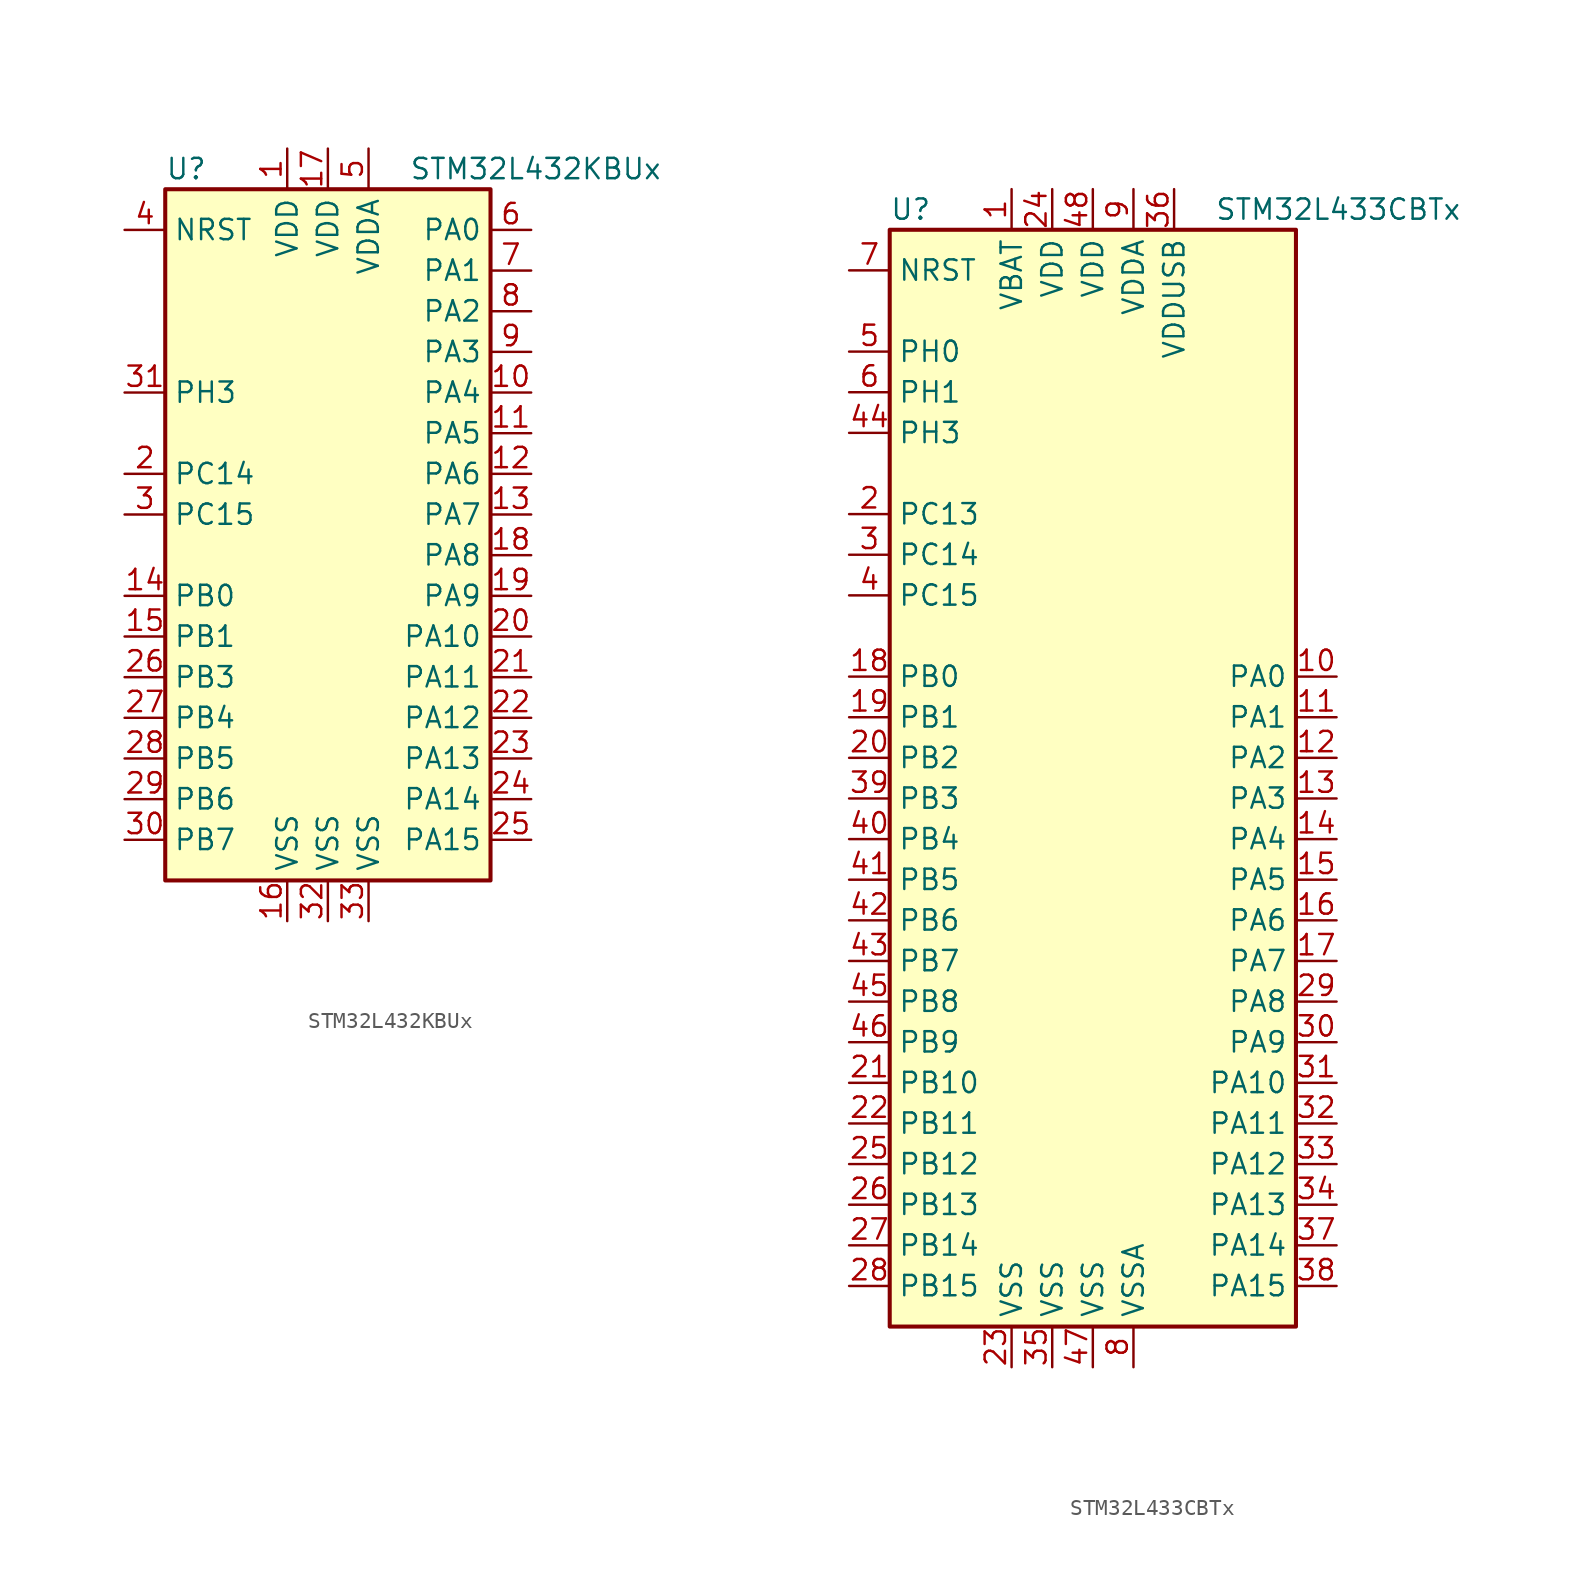
<source format=kicad_sym>
(kicad_symbol_lib
  (version 20201005)
  (generator kicad_symbol_editor)
  (symbol "STM32L432KBUx"
    (property "Reference" "U"
      (at -10.16 21.59 0)
      (effects (font (size 1.27 1.27)) (justify left)))
    (property "Value" "STM32L432KBUx"
      (at 5.08 21.59 0)
      (effects (font (size 1.27 1.27)) (justify left)))
    (symbol "STM32L432KBUx_0_1"
      (rectangle (start -10.16 -22.86) (end 10.16 20.32) (stroke (width 0.254)) (fill (type background))))
    (symbol "STM32L432KBUx_1_1"
      (pin power_in line (at -2.54 22.86 270) (length 2.54) (name "VDD" (effects (font (size 1.27 1.27)))) (number "1" (effects (font (size 1.27 1.27)))))
      (pin bidirectional line (at 12.7 7.62 180) (length 2.54) (name "PA4" (effects (font (size 1.27 1.27)))) (number "10" (effects (font (size 1.27 1.27)))))
      (pin bidirectional line (at 12.7 5.08 180) (length 2.54) (name "PA5" (effects (font (size 1.27 1.27)))) (number "11" (effects (font (size 1.27 1.27)))))
      (pin bidirectional line (at 12.7 2.54 180) (length 2.54) (name "PA6" (effects (font (size 1.27 1.27)))) (number "12" (effects (font (size 1.27 1.27)))))
      (pin bidirectional line (at 12.7 0 180) (length 2.54) (name "PA7" (effects (font (size 1.27 1.27)))) (number "13" (effects (font (size 1.27 1.27)))))
      (pin bidirectional line (at -12.7 -5.08 0) (length 2.54) (name "PB0" (effects (font (size 1.27 1.27)))) (number "14" (effects (font (size 1.27 1.27)))))
      (pin bidirectional line (at -12.7 -7.62 0) (length 2.54) (name "PB1" (effects (font (size 1.27 1.27)))) (number "15" (effects (font (size 1.27 1.27)))))
      (pin power_in line (at -2.54 -25.4 90) (length 2.54) (name "VSS" (effects (font (size 1.27 1.27)))) (number "16" (effects (font (size 1.27 1.27)))))
      (pin power_in line (at 0 22.86 270) (length 2.54) (name "VDD" (effects (font (size 1.27 1.27)))) (number "17" (effects (font (size 1.27 1.27)))))
      (pin bidirectional line (at 12.7 -2.54 180) (length 2.54) (name "PA8" (effects (font (size 1.27 1.27)))) (number "18" (effects (font (size 1.27 1.27)))))
      (pin bidirectional line (at 12.7 -5.08 180) (length 2.54) (name "PA9" (effects (font (size 1.27 1.27)))) (number "19" (effects (font (size 1.27 1.27)))))
      (pin bidirectional line (at -12.7 2.54 0) (length 2.54) (name "PC14" (effects (font (size 1.27 1.27)))) (number "2" (effects (font (size 1.27 1.27)))))
      (pin bidirectional line (at 12.7 -7.62 180) (length 2.54) (name "PA10" (effects (font (size 1.27 1.27)))) (number "20" (effects (font (size 1.27 1.27)))))
      (pin bidirectional line (at 12.7 -10.16 180) (length 2.54) (name "PA11" (effects (font (size 1.27 1.27)))) (number "21" (effects (font (size 1.27 1.27)))))
      (pin bidirectional line (at 12.7 -12.7 180) (length 2.54) (name "PA12" (effects (font (size 1.27 1.27)))) (number "22" (effects (font (size 1.27 1.27)))))
      (pin bidirectional line (at 12.7 -15.24 180) (length 2.54) (name "PA13" (effects (font (size 1.27 1.27)))) (number "23" (effects (font (size 1.27 1.27)))))
      (pin bidirectional line (at 12.7 -17.78 180) (length 2.54) (name "PA14" (effects (font (size 1.27 1.27)))) (number "24" (effects (font (size 1.27 1.27)))))
      (pin bidirectional line (at 12.7 -20.32 180) (length 2.54) (name "PA15" (effects (font (size 1.27 1.27)))) (number "25" (effects (font (size 1.27 1.27)))))
      (pin bidirectional line (at -12.7 -10.16 0) (length 2.54) (name "PB3" (effects (font (size 1.27 1.27)))) (number "26" (effects (font (size 1.27 1.27)))))
      (pin bidirectional line (at -12.7 -12.7 0) (length 2.54) (name "PB4" (effects (font (size 1.27 1.27)))) (number "27" (effects (font (size 1.27 1.27)))))
      (pin bidirectional line (at -12.7 -15.24 0) (length 2.54) (name "PB5" (effects (font (size 1.27 1.27)))) (number "28" (effects (font (size 1.27 1.27)))))
      (pin bidirectional line (at -12.7 -17.78 0) (length 2.54) (name "PB6" (effects (font (size 1.27 1.27)))) (number "29" (effects (font (size 1.27 1.27)))))
      (pin bidirectional line (at -12.7 0 0) (length 2.54) (name "PC15" (effects (font (size 1.27 1.27)))) (number "3" (effects (font (size 1.27 1.27)))))
      (pin bidirectional line (at -12.7 -20.32 0) (length 2.54) (name "PB7" (effects (font (size 1.27 1.27)))) (number "30" (effects (font (size 1.27 1.27)))))
      (pin bidirectional line (at -12.7 7.62 0) (length 2.54) (name "PH3" (effects (font (size 1.27 1.27)))) (number "31" (effects (font (size 1.27 1.27)))))
      (pin power_in line (at 0 -25.4 90) (length 2.54) (name "VSS" (effects (font (size 1.27 1.27)))) (number "32" (effects (font (size 1.27 1.27)))))
      (pin power_in line (at 2.54 -25.4 90) (length 2.54) (name "VSS" (effects (font (size 1.27 1.27)))) (number "33" (effects (font (size 1.27 1.27)))))
      (pin input line (at -12.7 17.78 0) (length 2.54) (name "NRST" (effects (font (size 1.27 1.27)))) (number "4" (effects (font (size 1.27 1.27)))))
      (pin power_in line (at 2.54 22.86 270) (length 2.54) (name "VDDA" (effects (font (size 1.27 1.27)))) (number "5" (effects (font (size 1.27 1.27)))))
      (pin bidirectional line (at 12.7 17.78 180) (length 2.54) (name "PA0" (effects (font (size 1.27 1.27)))) (number "6" (effects (font (size 1.27 1.27)))))
      (pin bidirectional line (at 12.7 15.24 180) (length 2.54) (name "PA1" (effects (font (size 1.27 1.27)))) (number "7" (effects (font (size 1.27 1.27)))))
      (pin bidirectional line (at 12.7 12.7 180) (length 2.54) (name "PA2" (effects (font (size 1.27 1.27)))) (number "8" (effects (font (size 1.27 1.27)))))
      (pin bidirectional line (at 12.7 10.16 180) (length 2.54) (name "PA3" (effects (font (size 1.27 1.27)))) (number "9" (effects (font (size 1.27 1.27)))))))
  (symbol "STM32L433CBTx"
    (property "Reference" "U"
      (at -12.7 34.29 0)
      (effects (font (size 1.27 1.27)) (justify left)))
    (property "Value" "STM32L433CBTx"
      (at 7.62 34.29 0)
      (effects (font (size 1.27 1.27)) (justify left)))
    (symbol "STM32L433CBTx_0_1"
      (rectangle (start -12.7 -35.56) (end 12.7 33.02) (stroke (width 0.254)) (fill (type background))))
    (symbol "STM32L433CBTx_1_1"
      (pin power_in line (at -5.08 35.56 270) (length 2.54) (name "VBAT" (effects (font (size 1.27 1.27)))) (number "1" (effects (font (size 1.27 1.27)))))
      (pin bidirectional line (at 15.24 5.08 180) (length 2.54) (name "PA0" (effects (font (size 1.27 1.27)))) (number "10" (effects (font (size 1.27 1.27)))))
      (pin bidirectional line (at 15.24 2.54 180) (length 2.54) (name "PA1" (effects (font (size 1.27 1.27)))) (number "11" (effects (font (size 1.27 1.27)))))
      (pin bidirectional line (at 15.24 0 180) (length 2.54) (name "PA2" (effects (font (size 1.27 1.27)))) (number "12" (effects (font (size 1.27 1.27)))))
      (pin bidirectional line (at 15.24 -2.54 180) (length 2.54) (name "PA3" (effects (font (size 1.27 1.27)))) (number "13" (effects (font (size 1.27 1.27)))))
      (pin bidirectional line (at 15.24 -5.08 180) (length 2.54) (name "PA4" (effects (font (size 1.27 1.27)))) (number "14" (effects (font (size 1.27 1.27)))))
      (pin bidirectional line (at 15.24 -7.62 180) (length 2.54) (name "PA5" (effects (font (size 1.27 1.27)))) (number "15" (effects (font (size 1.27 1.27)))))
      (pin bidirectional line (at 15.24 -10.16 180) (length 2.54) (name "PA6" (effects (font (size 1.27 1.27)))) (number "16" (effects (font (size 1.27 1.27)))))
      (pin bidirectional line (at 15.24 -12.7 180) (length 2.54) (name "PA7" (effects (font (size 1.27 1.27)))) (number "17" (effects (font (size 1.27 1.27)))))
      (pin bidirectional line (at -15.24 5.08 0) (length 2.54) (name "PB0" (effects (font (size 1.27 1.27)))) (number "18" (effects (font (size 1.27 1.27)))))
      (pin bidirectional line (at -15.24 2.54 0) (length 2.54) (name "PB1" (effects (font (size 1.27 1.27)))) (number "19" (effects (font (size 1.27 1.27)))))
      (pin bidirectional line (at -15.24 15.24 0) (length 2.54) (name "PC13" (effects (font (size 1.27 1.27)))) (number "2" (effects (font (size 1.27 1.27)))))
      (pin bidirectional line (at -15.24 0 0) (length 2.54) (name "PB2" (effects (font (size 1.27 1.27)))) (number "20" (effects (font (size 1.27 1.27)))))
      (pin bidirectional line (at -15.24 -20.32 0) (length 2.54) (name "PB10" (effects (font (size 1.27 1.27)))) (number "21" (effects (font (size 1.27 1.27)))))
      (pin bidirectional line (at -15.24 -22.86 0) (length 2.54) (name "PB11" (effects (font (size 1.27 1.27)))) (number "22" (effects (font (size 1.27 1.27)))))
      (pin power_in line (at -5.08 -38.1 90) (length 2.54) (name "VSS" (effects (font (size 1.27 1.27)))) (number "23" (effects (font (size 1.27 1.27)))))
      (pin power_in line (at -2.54 35.56 270) (length 2.54) (name "VDD" (effects (font (size 1.27 1.27)))) (number "24" (effects (font (size 1.27 1.27)))))
      (pin bidirectional line (at -15.24 -25.4 0) (length 2.54) (name "PB12" (effects (font (size 1.27 1.27)))) (number "25" (effects (font (size 1.27 1.27)))))
      (pin bidirectional line (at -15.24 -27.94 0) (length 2.54) (name "PB13" (effects (font (size 1.27 1.27)))) (number "26" (effects (font (size 1.27 1.27)))))
      (pin bidirectional line (at -15.24 -30.48 0) (length 2.54) (name "PB14" (effects (font (size 1.27 1.27)))) (number "27" (effects (font (size 1.27 1.27)))))
      (pin bidirectional line (at -15.24 -33.02 0) (length 2.54) (name "PB15" (effects (font (size 1.27 1.27)))) (number "28" (effects (font (size 1.27 1.27)))))
      (pin bidirectional line (at 15.24 -15.24 180) (length 2.54) (name "PA8" (effects (font (size 1.27 1.27)))) (number "29" (effects (font (size 1.27 1.27)))))
      (pin bidirectional line (at -15.24 12.7 0) (length 2.54) (name "PC14" (effects (font (size 1.27 1.27)))) (number "3" (effects (font (size 1.27 1.27)))))
      (pin bidirectional line (at 15.24 -17.78 180) (length 2.54) (name "PA9" (effects (font (size 1.27 1.27)))) (number "30" (effects (font (size 1.27 1.27)))))
      (pin bidirectional line (at 15.24 -20.32 180) (length 2.54) (name "PA10" (effects (font (size 1.27 1.27)))) (number "31" (effects (font (size 1.27 1.27)))))
      (pin bidirectional line (at 15.24 -22.86 180) (length 2.54) (name "PA11" (effects (font (size 1.27 1.27)))) (number "32" (effects (font (size 1.27 1.27)))))
      (pin bidirectional line (at 15.24 -25.4 180) (length 2.54) (name "PA12" (effects (font (size 1.27 1.27)))) (number "33" (effects (font (size 1.27 1.27)))))
      (pin bidirectional line (at 15.24 -27.94 180) (length 2.54) (name "PA13" (effects (font (size 1.27 1.27)))) (number "34" (effects (font (size 1.27 1.27)))))
      (pin power_in line (at -2.54 -38.1 90) (length 2.54) (name "VSS" (effects (font (size 1.27 1.27)))) (number "35" (effects (font (size 1.27 1.27)))))
      (pin power_in line (at 5.08 35.56 270) (length 2.54) (name "VDDUSB" (effects (font (size 1.27 1.27)))) (number "36" (effects (font (size 1.27 1.27)))))
      (pin bidirectional line (at 15.24 -30.48 180) (length 2.54) (name "PA14" (effects (font (size 1.27 1.27)))) (number "37" (effects (font (size 1.27 1.27)))))
      (pin bidirectional line (at 15.24 -33.02 180) (length 2.54) (name "PA15" (effects (font (size 1.27 1.27)))) (number "38" (effects (font (size 1.27 1.27)))))
      (pin bidirectional line (at -15.24 -2.54 0) (length 2.54) (name "PB3" (effects (font (size 1.27 1.27)))) (number "39" (effects (font (size 1.27 1.27)))))
      (pin bidirectional line (at -15.24 10.16 0) (length 2.54) (name "PC15" (effects (font (size 1.27 1.27)))) (number "4" (effects (font (size 1.27 1.27)))))
      (pin bidirectional line (at -15.24 -5.08 0) (length 2.54) (name "PB4" (effects (font (size 1.27 1.27)))) (number "40" (effects (font (size 1.27 1.27)))))
      (pin bidirectional line (at -15.24 -7.62 0) (length 2.54) (name "PB5" (effects (font (size 1.27 1.27)))) (number "41" (effects (font (size 1.27 1.27)))))
      (pin bidirectional line (at -15.24 -10.16 0) (length 2.54) (name "PB6" (effects (font (size 1.27 1.27)))) (number "42" (effects (font (size 1.27 1.27)))))
      (pin bidirectional line (at -15.24 -12.7 0) (length 2.54) (name "PB7" (effects (font (size 1.27 1.27)))) (number "43" (effects (font (size 1.27 1.27)))))
      (pin bidirectional line (at -15.24 20.32 0) (length 2.54) (name "PH3" (effects (font (size 1.27 1.27)))) (number "44" (effects (font (size 1.27 1.27)))))
      (pin bidirectional line (at -15.24 -15.24 0) (length 2.54) (name "PB8" (effects (font (size 1.27 1.27)))) (number "45" (effects (font (size 1.27 1.27)))))
      (pin bidirectional line (at -15.24 -17.78 0) (length 2.54) (name "PB9" (effects (font (size 1.27 1.27)))) (number "46" (effects (font (size 1.27 1.27)))))
      (pin power_in line (at 0 -38.1 90) (length 2.54) (name "VSS" (effects (font (size 1.27 1.27)))) (number "47" (effects (font (size 1.27 1.27)))))
      (pin power_in line (at 0 35.56 270) (length 2.54) (name "VDD" (effects (font (size 1.27 1.27)))) (number "48" (effects (font (size 1.27 1.27)))))
      (pin input line (at -15.24 25.4 0) (length 2.54) (name "PH0" (effects (font (size 1.27 1.27)))) (number "5" (effects (font (size 1.27 1.27)))))
      (pin input line (at -15.24 22.86 0) (length 2.54) (name "PH1" (effects (font (size 1.27 1.27)))) (number "6" (effects (font (size 1.27 1.27)))))
      (pin input line (at -15.24 30.48 0) (length 2.54) (name "NRST" (effects (font (size 1.27 1.27)))) (number "7" (effects (font (size 1.27 1.27)))))
      (pin power_in line (at 2.54 -38.1 90) (length 2.54) (name "VSSA" (effects (font (size 1.27 1.27)))) (number "8" (effects (font (size 1.27 1.27)))))
      (pin power_in line (at 2.54 35.56 270) (length 2.54) (name "VDDA" (effects (font (size 1.27 1.27)))) (number "9" (effects (font (size 1.27 1.27))))))))
</source>
